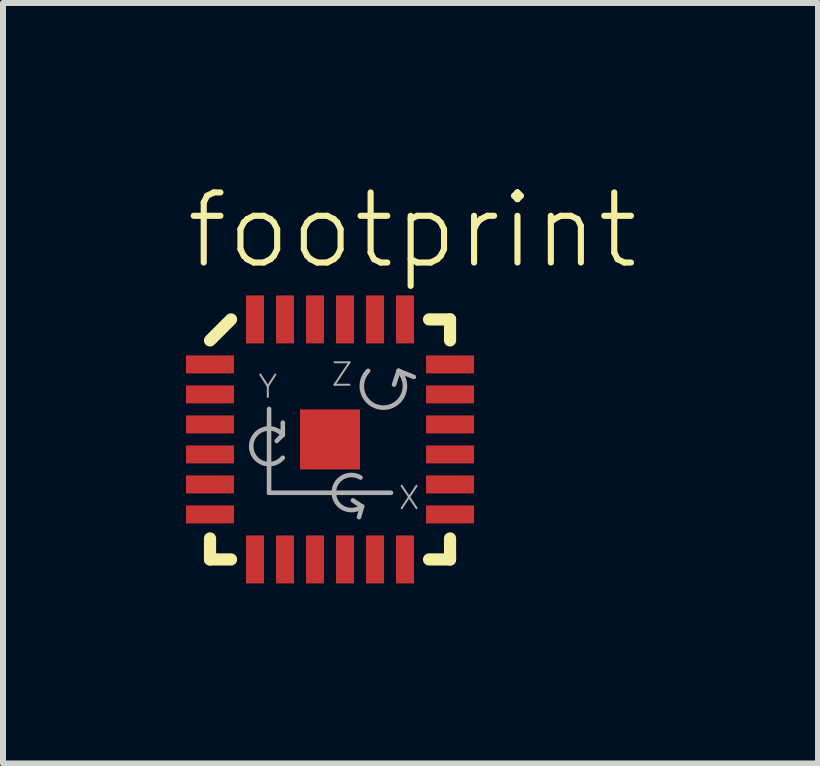
<source format=kicad_pcb>
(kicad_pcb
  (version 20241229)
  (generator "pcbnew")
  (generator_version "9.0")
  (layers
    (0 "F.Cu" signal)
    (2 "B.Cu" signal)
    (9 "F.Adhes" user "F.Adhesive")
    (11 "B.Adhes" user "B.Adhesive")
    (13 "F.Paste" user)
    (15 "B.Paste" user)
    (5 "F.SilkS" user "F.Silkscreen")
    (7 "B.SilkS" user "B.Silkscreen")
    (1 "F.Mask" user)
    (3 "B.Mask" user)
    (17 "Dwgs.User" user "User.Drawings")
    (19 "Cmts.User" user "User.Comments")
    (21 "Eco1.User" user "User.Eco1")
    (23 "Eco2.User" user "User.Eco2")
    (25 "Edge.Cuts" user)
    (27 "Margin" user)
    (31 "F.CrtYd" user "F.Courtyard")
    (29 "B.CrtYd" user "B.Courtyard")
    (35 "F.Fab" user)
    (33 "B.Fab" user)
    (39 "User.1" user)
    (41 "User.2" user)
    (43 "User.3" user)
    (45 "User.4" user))
  (footprint "footprint"
    (layer "F.Cu")
    (at 2.45 4.273)
    (property "Reference" "footprint" (at -2.45 -2.8 0) (layer "F.SilkS") (effects (font (size 1.168 1.168) (thickness 0.102)) (justify left bottom)))
    (fp_poly (pts (xy -0.5 0.5) (xy 0.5 0.5) (xy 0.5 -0.5) (xy -0.5 -0.5)) (stroke (width 0) (type solid)) (fill yes) (layer "F.Cu"))
    (fp_poly (pts (xy -0.5 0.5) (xy 0.5 0.5) (xy 0.5 -0.5) (xy -0.5 -0.5)) (stroke (width 0) (type solid)) (fill yes) (layer "F.Mask"))
    (fp_line (start -2 2) (end -2 1.65) (stroke (width 0.203) (type solid)) (layer "F.SilkS"))
    (fp_line (start -1.65 -2) (end -2 -1.65) (stroke (width 0.203) (type solid)) (layer "F.SilkS"))
    (fp_line (start -1.65 2) (end -2 2) (stroke (width 0.203) (type solid)) (layer "F.SilkS"))
    (fp_line (start 1.65 2) (end 2 2) (stroke (width 0.203) (type solid)) (layer "F.SilkS"))
    (fp_line (start 2 -2) (end 1.65 -2) (stroke (width 0.203) (type solid)) (layer "F.SilkS"))
    (fp_line (start 2 -1.65) (end 2 -2) (stroke (width 0.203) (type solid)) (layer "F.SilkS"))
    (fp_line (start 2 1.65) (end 2 2) (stroke (width 0.203) (type solid)) (layer "F.SilkS"))
    (fp_line (start -1.016 -0.508) (end -1.016 0.889) (stroke (width 0.076) (type solid)) (layer "F.Fab"))
    (fp_line (start -1.016 0.889) (end 1.016 0.889) (stroke (width 0.076) (type solid)) (layer "F.Fab"))
    (fp_line (start -0.787 -0.279) (end -0.787 -0.076) (stroke (width 0.076) (type solid)) (layer "F.Fab"))
    (fp_line (start -0.787 -0.076) (end -0.889 0.025) (stroke (width 0.076) (type solid)) (layer "F.Fab"))
    (fp_line (start 0.381 1.016) (end 0.533 1.118) (stroke (width 0.076) (type solid)) (layer "F.Fab"))
    (fp_line (start 0.533 1.118) (end 0.483 1.295) (stroke (width 0.076) (type solid)) (layer "F.Fab"))
    (fp_line (start 1.143 -1.143) (end 1.067 -0.914) (stroke (width 0.076) (type solid)) (layer "F.Fab"))
    (fp_line (start 1.143 -1.143) (end 1.397 -1.041) (stroke (width 0.076) (type solid)) (layer "F.Fab"))
    (fp_arc (start -0.7874 0.3048) (mid -1.313571 0.1143) (end -0.7874 -0.0762) (stroke (width 0.0762) (type solid)) (layer "F.Fab"))
    (fp_arc (start 0.5334 1.1176) (mid 0.063224 0.900377) (end 0.508 0.634999) (stroke (width 0.0762) (type solid)) (layer "F.Fab"))
    (fp_arc (start 1.143 -1.143) (mid 0.889 -0.52979) (end 0.635 -1.143) (stroke (width 0.0762) (type solid)) (layer "F.Fab"))
    (fp_text user "X" (at 1.118 1.194 0) (layer "F.Fab") (effects (font (size 0.374 0.374) (thickness 0.033)) (justify left bottom)))
    (fp_text user "Y" (at -1.219 -0.66 0) (layer "F.Fab") (effects (font (size 0.374 0.374) (thickness 0.033)) (justify left bottom)))
    (fp_text user "Z" (at 0 -0.864 0) (layer "F.Fab") (effects (font (size 0.374 0.374) (thickness 0.033)) (justify left bottom)))
    (pad "1" smd rect (at -2 -1.25 180) (size 0.8 0.3) (layers "F.Cu" "F.Mask" "F.Paste"))
    (pad "2" smd rect (at -2 -0.75 180) (size 0.8 0.3) (layers "F.Cu" "F.Mask" "F.Paste"))
    (pad "3" smd rect (at -2 -0.25 180) (size 0.8 0.3) (layers "F.Cu" "F.Mask" "F.Paste"))
    (pad "4" smd rect (at -2 0.25 180) (size 0.8 0.3) (layers "F.Cu" "F.Mask" "F.Paste"))
    (pad "5" smd rect (at -2 0.75 180) (size 0.8 0.3) (layers "F.Cu" "F.Mask" "F.Paste"))
    (pad "6" smd rect (at -2 1.25 180) (size 0.8 0.3) (layers "F.Cu" "F.Mask" "F.Paste"))
    (pad "7" smd rect (at -1.25 2 90) (size 0.8 0.3) (layers "F.Cu" "F.Mask" "F.Paste"))
    (pad "8" smd rect (at -0.75 2 90) (size 0.8 0.3) (layers "F.Cu" "F.Mask" "F.Paste"))
    (pad "9" smd rect (at -0.25 2 90) (size 0.8 0.3) (layers "F.Cu" "F.Mask" "F.Paste"))
    (pad "10" smd rect (at 0.25 2 90) (size 0.8 0.3) (layers "F.Cu" "F.Mask" "F.Paste"))
    (pad "11" smd rect (at 0.75 2 90) (size 0.8 0.3) (layers "F.Cu" "F.Mask" "F.Paste"))
    (pad "12" smd rect (at 1.25 2 90) (size 0.8 0.3) (layers "F.Cu" "F.Mask" "F.Paste"))
    (pad "13" smd rect (at 2 1.25) (size 0.8 0.3) (layers "F.Cu" "F.Mask" "F.Paste"))
    (pad "14" smd rect (at 2 0.75) (size 0.8 0.3) (layers "F.Cu" "F.Mask" "F.Paste"))
    (pad "15" smd rect (at 2 0.25) (size 0.8 0.3) (layers "F.Cu" "F.Mask" "F.Paste"))
    (pad "16" smd rect (at 2 -0.25) (size 0.8 0.3) (layers "F.Cu" "F.Mask" "F.Paste"))
    (pad "17" smd rect (at 2 -0.75) (size 0.8 0.3) (layers "F.Cu" "F.Mask" "F.Paste"))
    (pad "18" smd rect (at 2 -1.25) (size 0.8 0.3) (layers "F.Cu" "F.Mask" "F.Paste"))
    (pad "19" smd rect (at 1.25 -2 270) (size 0.8 0.3) (layers "F.Cu" "F.Mask" "F.Paste"))
    (pad "20" smd rect (at 0.75 -2 270) (size 0.8 0.3) (layers "F.Cu" "F.Mask" "F.Paste"))
    (pad "21" smd rect (at 0.25 -2 270) (size 0.8 0.3) (layers "F.Cu" "F.Mask" "F.Paste"))
    (pad "22" smd rect (at -0.25 -2 270) (size 0.8 0.3) (layers "F.Cu" "F.Mask" "F.Paste"))
    (pad "23" smd rect (at -0.75 -2 270) (size 0.8 0.3) (layers "F.Cu" "F.Mask" "F.Paste"))
    (pad "24" smd rect (at -1.25 -2 270) (size 0.8 0.3) (layers "F.Cu" "F.Mask" "F.Paste")))
  (gr_rect
    (start -3 -3)
    (end 10.582 9.673)
    (stroke (width 0.1) (type default))
    (fill no)
    (layer "Edge.Cuts")))
</source>
